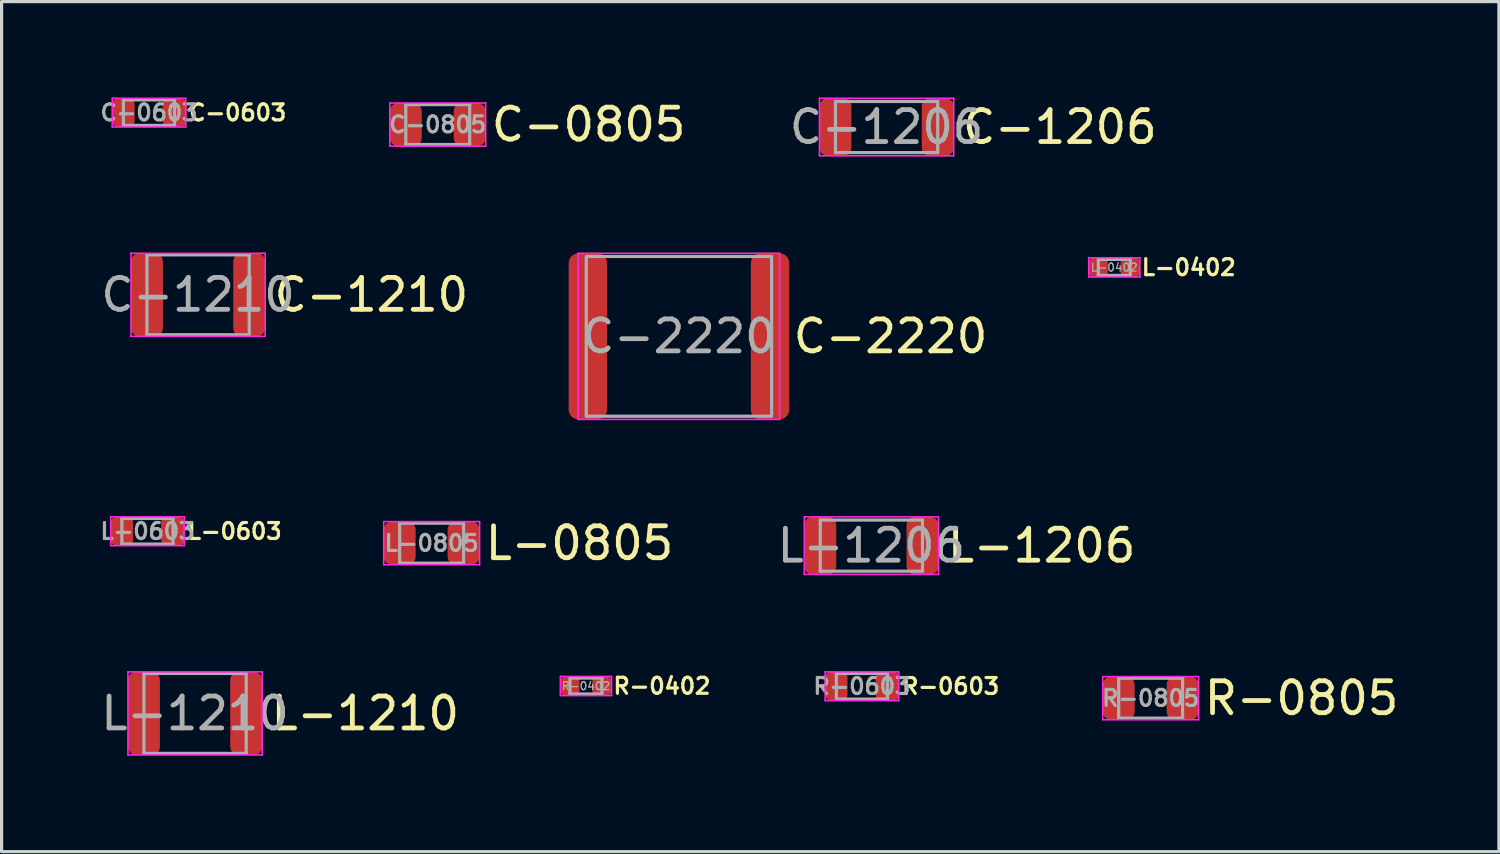
<source format=kicad_pcb>
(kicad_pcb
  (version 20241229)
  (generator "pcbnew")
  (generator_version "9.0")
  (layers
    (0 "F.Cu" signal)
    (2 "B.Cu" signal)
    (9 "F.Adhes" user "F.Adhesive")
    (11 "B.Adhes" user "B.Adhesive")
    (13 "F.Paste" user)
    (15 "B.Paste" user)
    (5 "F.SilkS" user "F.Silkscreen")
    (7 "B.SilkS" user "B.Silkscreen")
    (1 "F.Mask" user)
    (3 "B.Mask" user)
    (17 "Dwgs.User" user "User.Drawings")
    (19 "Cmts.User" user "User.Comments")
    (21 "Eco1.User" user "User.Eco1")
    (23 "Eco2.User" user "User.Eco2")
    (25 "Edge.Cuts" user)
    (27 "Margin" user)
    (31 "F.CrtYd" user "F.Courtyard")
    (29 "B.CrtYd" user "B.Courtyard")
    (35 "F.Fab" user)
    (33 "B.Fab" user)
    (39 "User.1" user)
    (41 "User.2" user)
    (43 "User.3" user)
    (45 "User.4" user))
  (footprint "C-1206"
    (layer "F.Cu")
    (at 24.694 0.925)
    (property "Reference" "C-1206" (at 2.3 0 0) (layer "F.SilkS") (effects (font (size 1 1) (thickness 0.15)) (justify left)))
    (attr smd)
    (fp_line (start -2.1 -0.9) (end 2.1 -0.9) (stroke (width 0.05) (type solid)) (layer "F.CrtYd"))
    (fp_line (start -2.1 0.9) (end -2.1 -0.9) (stroke (width 0.05) (type solid)) (layer "F.CrtYd"))
    (fp_line (start 2.1 -0.9) (end 2.1 0.9) (stroke (width 0.05) (type solid)) (layer "F.CrtYd"))
    (fp_line (start 2.1 0.9) (end -2.1 0.9) (stroke (width 0.05) (type solid)) (layer "F.CrtYd"))
    (fp_line (start -1.6 -0.8) (end 1.6 -0.8) (stroke (width 0.1) (type solid)) (layer "F.Fab"))
    (fp_line (start -1.6 0.8) (end -1.6 -0.8) (stroke (width 0.1) (type solid)) (layer "F.Fab"))
    (fp_line (start 1.6 -0.8) (end 1.6 0.8) (stroke (width 0.1) (type solid)) (layer "F.Fab"))
    (fp_line (start 1.6 0.8) (end -1.6 0.8) (stroke (width 0.1) (type solid)) (layer "F.Fab"))
    (fp_text user "${REFERENCE}" (at 0 0 0) (layer "F.Fab") (effects (font (size 1 1) (thickness 0.15))))
    (pad "1" smd roundrect (at -1.6 0) (size 1 1.8) (layers "F.Cu" "F.Mask" "F.Paste") (roundrect_rratio 0.25))
    (pad "2" smd roundrect (at 1.6 0) (size 1 1.8) (layers "F.Cu" "F.Mask" "F.Paste") (roundrect_rratio 0.25)))
  (footprint "L-1206"
    (layer "F.Cu")
    (at 24.218 14.025)
    (property "Reference" "L-1206" (at 2.3 0 0) (layer "F.SilkS") (effects (font (size 1 1) (thickness 0.15)) (justify left)))
    (attr smd)
    (fp_line (start -2.1 -0.9) (end 2.1 -0.9) (stroke (width 0.05) (type solid)) (layer "F.CrtYd"))
    (fp_line (start -2.1 0.9) (end -2.1 -0.9) (stroke (width 0.05) (type solid)) (layer "F.CrtYd"))
    (fp_line (start 2.1 -0.9) (end 2.1 0.9) (stroke (width 0.05) (type solid)) (layer "F.CrtYd"))
    (fp_line (start 2.1 0.9) (end -2.1 0.9) (stroke (width 0.05) (type solid)) (layer "F.CrtYd"))
    (fp_line (start -1.6 -0.8) (end 1.6 -0.8) (stroke (width 0.1) (type solid)) (layer "F.Fab"))
    (fp_line (start -1.6 0.8) (end -1.6 -0.8) (stroke (width 0.1) (type solid)) (layer "F.Fab"))
    (fp_line (start 1.6 -0.8) (end 1.6 0.8) (stroke (width 0.1) (type solid)) (layer "F.Fab"))
    (fp_line (start 1.6 0.8) (end -1.6 0.8) (stroke (width 0.1) (type solid)) (layer "F.Fab"))
    (fp_text user "${REFERENCE}" (at 0 0 0) (layer "F.Fab") (effects (font (size 1 1) (thickness 0.15))))
    (pad "1" smd roundrect (at -1.6 0) (size 1 1.8) (layers "F.Cu" "F.Mask" "F.Paste") (roundrect_rratio 0.25))
    (pad "2" smd roundrect (at 1.6 0) (size 1 1.8) (layers "F.Cu" "F.Mask" "F.Paste") (roundrect_rratio 0.25)))
  (footprint "C-0603"
    (layer "F.Cu")
    (at 1.612 0.475)
    (property "Reference" "C-0603" (at 1.2 0 0) (layer "F.SilkS") (effects (font (size 0.5 0.5) (thickness 0.1)) (justify left)))
    (attr smd)
    (fp_line (start -1.15 -0.45) (end 1.15 -0.45) (stroke (width 0.05) (type solid)) (layer "F.CrtYd"))
    (fp_line (start -1.15 0.45) (end -1.15 -0.45) (stroke (width 0.05) (type solid)) (layer "F.CrtYd"))
    (fp_line (start 1.15 -0.45) (end 1.15 0.45) (stroke (width 0.05) (type solid)) (layer "F.CrtYd"))
    (fp_line (start 1.15 0.45) (end -1.15 0.45) (stroke (width 0.05) (type solid)) (layer "F.CrtYd"))
    (fp_line (start -0.8 -0.4) (end 0.8 -0.4) (stroke (width 0.1) (type solid)) (layer "F.Fab"))
    (fp_line (start -0.8 0.4) (end -0.8 -0.4) (stroke (width 0.1) (type solid)) (layer "F.Fab"))
    (fp_line (start 0.8 -0.4) (end 0.8 0.4) (stroke (width 0.1) (type solid)) (layer "F.Fab"))
    (fp_line (start 0.8 0.4) (end -0.8 0.4) (stroke (width 0.1) (type solid)) (layer "F.Fab"))
    (fp_text user "${REFERENCE}" (at 0 0 0) (layer "F.Fab") (effects (font (size 0.5 0.5) (thickness 0.1))))
    (pad "1" smd roundrect (at -0.8 0) (size 0.7 0.9) (layers "F.Cu" "F.Mask" "F.Paste") (roundrect_rratio 0.25))
    (pad "2" smd roundrect (at 0.8 0) (size 0.75 0.9) (layers "F.Cu" "F.Mask" "F.Paste") (roundrect_rratio 0.25)))
  (footprint "L-0805"
    (layer "F.Cu")
    (at 10.457 13.948)
    (property "Reference" "L-0805" (at 1.6 0 0) (layer "F.SilkS") (effects (font (size 1 1) (thickness 0.15)) (justify left)))
    (attr smd)
    (fp_line (start -1.5 -0.675) (end 1.5 -0.675) (stroke (width 0.05) (type solid)) (layer "F.CrtYd"))
    (fp_line (start -1.5 0.675) (end -1.5 -0.675) (stroke (width 0.05) (type solid)) (layer "F.CrtYd"))
    (fp_line (start 1.5 -0.675) (end 1.5 0.675) (stroke (width 0.05) (type solid)) (layer "F.CrtYd"))
    (fp_line (start 1.5 0.675) (end -1.5 0.675) (stroke (width 0.05) (type solid)) (layer "F.CrtYd"))
    (fp_line (start -1 -0.625) (end 1 -0.625) (stroke (width 0.1) (type solid)) (layer "F.Fab"))
    (fp_line (start -1 0.625) (end -1 -0.625) (stroke (width 0.1) (type solid)) (layer "F.Fab"))
    (fp_line (start 1 -0.625) (end 1 0.625) (stroke (width 0.1) (type solid)) (layer "F.Fab"))
    (fp_line (start 1 0.625) (end -1 0.625) (stroke (width 0.1) (type solid)) (layer "F.Fab"))
    (fp_text user "${REFERENCE}" (at 0 0 0) (layer "F.Fab") (effects (font (size 0.5 0.5) (thickness 0.1))))
    (pad "1" smd roundrect (at -1 0) (size 1 1.35) (layers "F.Cu" "F.Mask" "F.Paste") (roundrect_rratio 0.25))
    (pad "2" smd roundrect (at 1 0) (size 1 1.35) (layers "F.Cu" "F.Mask" "F.Paste") (roundrect_rratio 0.25)))
  (footprint "L-1210"
    (layer "F.Cu")
    (at 3.054 19.275)
    (property "Reference" "L-1210" (at 2.3 0 0) (layer "F.SilkS") (effects (font (size 1 1) (thickness 0.15)) (justify left)))
    (attr smd)
    (fp_line (start -2.1 -1.3) (end 2.1 -1.3) (stroke (width 0.05) (type solid)) (layer "F.CrtYd"))
    (fp_line (start -2.1 1.3) (end -2.1 -1.3) (stroke (width 0.05) (type solid)) (layer "F.CrtYd"))
    (fp_line (start 2.1 -1.3) (end 2.1 1.3) (stroke (width 0.05) (type solid)) (layer "F.CrtYd"))
    (fp_line (start 2.1 1.3) (end -2.1 1.3) (stroke (width 0.05) (type solid)) (layer "F.CrtYd"))
    (fp_line (start -1.6 -1.25) (end 1.6 -1.25) (stroke (width 0.1) (type solid)) (layer "F.Fab"))
    (fp_line (start -1.6 1.25) (end -1.6 -1.25) (stroke (width 0.1) (type solid)) (layer "F.Fab"))
    (fp_line (start 1.6 -1.25) (end 1.6 1.25) (stroke (width 0.1) (type solid)) (layer "F.Fab"))
    (fp_line (start 1.6 1.25) (end -1.6 1.25) (stroke (width 0.1) (type solid)) (layer "F.Fab"))
    (fp_text user "${REFERENCE}" (at 0 0 0) (layer "F.Fab") (effects (font (size 1 1) (thickness 0.15))))
    (pad "1" smd roundrect (at -1.6 0) (size 1 2.6) (layers "F.Cu" "F.Mask" "F.Paste") (roundrect_rratio 0.25))
    (pad "2" smd roundrect (at 1.6 0) (size 1 2.6) (layers "F.Cu" "F.Mask" "F.Paste") (roundrect_rratio 0.25)))
  (footprint "R-0805"
    (layer "F.Cu")
    (at 32.957 18.798)
    (property "Reference" "R-0805" (at 1.6 0 0) (layer "F.SilkS") (effects (font (size 1 1) (thickness 0.15)) (justify left)))
    (attr smd)
    (fp_line (start -1.5 -0.675) (end 1.5 -0.675) (stroke (width 0.05) (type solid)) (layer "F.CrtYd"))
    (fp_line (start -1.5 0.675) (end -1.5 -0.675) (stroke (width 0.05) (type solid)) (layer "F.CrtYd"))
    (fp_line (start 1.5 -0.675) (end 1.5 0.675) (stroke (width 0.05) (type solid)) (layer "F.CrtYd"))
    (fp_line (start 1.5 0.675) (end -1.5 0.675) (stroke (width 0.05) (type solid)) (layer "F.CrtYd"))
    (fp_line (start -1 -0.625) (end 1 -0.625) (stroke (width 0.1) (type solid)) (layer "F.Fab"))
    (fp_line (start -1 0.625) (end -1 -0.625) (stroke (width 0.1) (type solid)) (layer "F.Fab"))
    (fp_line (start 1 -0.625) (end 1 0.625) (stroke (width 0.1) (type solid)) (layer "F.Fab"))
    (fp_line (start 1 0.625) (end -1 0.625) (stroke (width 0.1) (type solid)) (layer "F.Fab"))
    (fp_text user "${REFERENCE}" (at 0 0 0) (layer "F.Fab") (effects (font (size 0.5 0.5) (thickness 0.1))))
    (pad "1" smd roundrect (at -1 0) (size 1 1.35) (layers "F.Cu" "F.Mask" "F.Paste") (roundrect_rratio 0.25))
    (pad "2" smd roundrect (at 1 0) (size 1 1.35) (layers "F.Cu" "F.Mask" "F.Paste") (roundrect_rratio 0.25)))
  (footprint "R-0603"
    (layer "F.Cu")
    (at 23.921 18.425)
    (property "Reference" "R-0603" (at 1.2 0 0) (layer "F.SilkS") (effects (font (size 0.5 0.5) (thickness 0.1)) (justify left)))
    (attr smd)
    (fp_line (start -1.15 -0.45) (end 1.15 -0.45) (stroke (width 0.05) (type solid)) (layer "F.CrtYd"))
    (fp_line (start -1.15 0.45) (end -1.15 -0.45) (stroke (width 0.05) (type solid)) (layer "F.CrtYd"))
    (fp_line (start 1.15 -0.45) (end 1.15 0.45) (stroke (width 0.05) (type solid)) (layer "F.CrtYd"))
    (fp_line (start 1.15 0.45) (end -1.15 0.45) (stroke (width 0.05) (type solid)) (layer "F.CrtYd"))
    (fp_line (start -0.8 -0.4) (end 0.8 -0.4) (stroke (width 0.1) (type solid)) (layer "F.Fab"))
    (fp_line (start -0.8 0.4) (end -0.8 -0.4) (stroke (width 0.1) (type solid)) (layer "F.Fab"))
    (fp_line (start 0.8 -0.4) (end 0.8 0.4) (stroke (width 0.1) (type solid)) (layer "F.Fab"))
    (fp_line (start 0.8 0.4) (end -0.8 0.4) (stroke (width 0.1) (type solid)) (layer "F.Fab"))
    (fp_text user "${REFERENCE}" (at 0 0 0) (layer "F.Fab") (effects (font (size 0.5 0.5) (thickness 0.1))))
    (pad "1" smd roundrect (at -0.8 0) (size 0.7 0.9) (layers "F.Cu" "F.Mask" "F.Paste") (roundrect_rratio 0.25))
    (pad "2" smd roundrect (at 0.8 0) (size 0.75 0.9) (layers "F.Cu" "F.Mask" "F.Paste") (roundrect_rratio 0.25)))
  (footprint "R-0402"
    (layer "F.Cu")
    (at 15.286 18.418)
    (property "Reference" "R-0402" (at 0.8 0 0) (layer "F.SilkS") (effects (font (size 0.5 0.5) (thickness 0.1)) (justify left)))
    (attr smd)
    (fp_line (start -0.8 -0.3) (end 0.8 -0.3) (stroke (width 0.05) (type solid)) (layer "F.CrtYd"))
    (fp_line (start -0.8 0.3) (end -0.8 -0.3) (stroke (width 0.05) (type solid)) (layer "F.CrtYd"))
    (fp_line (start 0.8 -0.3) (end 0.8 0.3) (stroke (width 0.05) (type solid)) (layer "F.CrtYd"))
    (fp_line (start 0.8 0.3) (end -0.8 0.3) (stroke (width 0.05) (type solid)) (layer "F.CrtYd"))
    (fp_line (start -0.5 -0.25) (end 0.5 -0.25) (stroke (width 0.1) (type solid)) (layer "F.Fab"))
    (fp_line (start -0.5 0.25) (end -0.5 -0.25) (stroke (width 0.1) (type solid)) (layer "F.Fab"))
    (fp_line (start 0.5 -0.25) (end 0.5 0.25) (stroke (width 0.1) (type solid)) (layer "F.Fab"))
    (fp_line (start 0.5 0.25) (end -0.5 0.25) (stroke (width 0.1) (type solid)) (layer "F.Fab"))
    (fp_text user "${REFERENCE}" (at 0 0 0) (layer "F.Fab") (effects (font (size 0.25 0.25) (thickness 0.04))))
    (pad "1" smd roundrect (at -0.5 0) (size 0.6 0.6) (layers "F.Cu" "F.Mask" "F.Paste") (roundrect_rratio 0.25))
    (pad "2" smd roundrect (at 0.5 0) (size 0.6 0.6) (layers "F.Cu" "F.Mask" "F.Paste") (roundrect_rratio 0.25)))
  (footprint "C-2220"
    (layer "F.Cu")
    (at 18.196 7.475)
    (property "Reference" "C-2220" (at 3.5 0 0) (layer "F.SilkS") (effects (font (size 1 1) (thickness 0.15)) (justify left)))
    (attr smd)
    (fp_line (start -3.15 -2.6) (end 3.15 -2.6) (stroke (width 0.05) (type solid)) (layer "F.CrtYd"))
    (fp_line (start -3.15 2.6) (end -3.15 -2.6) (stroke (width 0.05) (type solid)) (layer "F.CrtYd"))
    (fp_line (start 3.15 -2.6) (end 3.15 2.6) (stroke (width 0.05) (type solid)) (layer "F.CrtYd"))
    (fp_line (start 3.15 2.6) (end -3.15 2.6) (stroke (width 0.05) (type solid)) (layer "F.CrtYd"))
    (fp_line (start -2.9 2.5) (end -2.9 -2.5) (stroke (width 0.1) (type solid)) (layer "F.Fab"))
    (fp_line (start -2.85 -2.5) (end 2.85 -2.5) (stroke (width 0.1) (type solid)) (layer "F.Fab"))
    (fp_line (start 2.85 2.5) (end -2.85 2.5) (stroke (width 0.1) (type solid)) (layer "F.Fab"))
    (fp_line (start 2.9 -2.5) (end 2.9 2.5) (stroke (width 0.1) (type solid)) (layer "F.Fab"))
    (fp_text user "${REFERENCE}" (at 0 0 0) (layer "F.Fab") (effects (font (size 1 1) (thickness 0.15))))
    (pad "1" smd roundrect (at -2.85 0) (size 1.2 5.2) (layers "F.Cu" "F.Mask" "F.Paste") (roundrect_rratio 0.25))
    (pad "2" smd roundrect (at 2.85 0) (size 1.2 5.2) (layers "F.Cu" "F.Mask" "F.Paste") (roundrect_rratio 0.25)))
  (footprint "C-1210"
    (layer "F.Cu")
    (at 3.149 6.175)
    (property "Reference" "C-1210" (at 2.3 0 0) (layer "F.SilkS") (effects (font (size 1 1) (thickness 0.15)) (justify left)))
    (attr smd)
    (fp_line (start -2.1 -1.3) (end 2.1 -1.3) (stroke (width 0.05) (type solid)) (layer "F.CrtYd"))
    (fp_line (start -2.1 1.3) (end -2.1 -1.3) (stroke (width 0.05) (type solid)) (layer "F.CrtYd"))
    (fp_line (start 2.1 -1.3) (end 2.1 1.3) (stroke (width 0.05) (type solid)) (layer "F.CrtYd"))
    (fp_line (start 2.1 1.3) (end -2.1 1.3) (stroke (width 0.05) (type solid)) (layer "F.CrtYd"))
    (fp_line (start -1.6 -1.25) (end 1.6 -1.25) (stroke (width 0.1) (type solid)) (layer "F.Fab"))
    (fp_line (start -1.6 1.25) (end -1.6 -1.25) (stroke (width 0.1) (type solid)) (layer "F.Fab"))
    (fp_line (start 1.6 -1.25) (end 1.6 1.25) (stroke (width 0.1) (type solid)) (layer "F.Fab"))
    (fp_line (start 1.6 1.25) (end -1.6 1.25) (stroke (width 0.1) (type solid)) (layer "F.Fab"))
    (fp_text user "${REFERENCE}" (at 0 0 0) (layer "F.Fab") (effects (font (size 1 1) (thickness 0.15))))
    (pad "1" smd roundrect (at -1.6 0) (size 1 2.6) (layers "F.Cu" "F.Mask" "F.Paste") (roundrect_rratio 0.25))
    (pad "2" smd roundrect (at 1.6 0) (size 1 2.6) (layers "F.Cu" "F.Mask" "F.Paste") (roundrect_rratio 0.25)))
  (footprint "L-0603"
    (layer "F.Cu")
    (at 1.564 13.575)
    (property "Reference" "L-0603" (at 1.2 0 0) (layer "F.SilkS") (effects (font (size 0.5 0.5) (thickness 0.1)) (justify left)))
    (attr smd)
    (fp_line (start -1.15 -0.45) (end 1.15 -0.45) (stroke (width 0.05) (type solid)) (layer "F.CrtYd"))
    (fp_line (start -1.15 0.45) (end -1.15 -0.45) (stroke (width 0.05) (type solid)) (layer "F.CrtYd"))
    (fp_line (start 1.15 -0.45) (end 1.15 0.45) (stroke (width 0.05) (type solid)) (layer "F.CrtYd"))
    (fp_line (start 1.15 0.45) (end -1.15 0.45) (stroke (width 0.05) (type solid)) (layer "F.CrtYd"))
    (fp_line (start -0.8 -0.4) (end 0.8 -0.4) (stroke (width 0.1) (type solid)) (layer "F.Fab"))
    (fp_line (start -0.8 0.4) (end -0.8 -0.4) (stroke (width 0.1) (type solid)) (layer "F.Fab"))
    (fp_line (start 0.8 -0.4) (end 0.8 0.4) (stroke (width 0.1) (type solid)) (layer "F.Fab"))
    (fp_line (start 0.8 0.4) (end -0.8 0.4) (stroke (width 0.1) (type solid)) (layer "F.Fab"))
    (fp_text user "${REFERENCE}" (at 0 0 0) (layer "F.Fab") (effects (font (size 0.5 0.5) (thickness 0.1))))
    (pad "1" smd roundrect (at -0.8 0) (size 0.7 0.9) (layers "F.Cu" "F.Mask" "F.Paste") (roundrect_rratio 0.25))
    (pad "2" smd roundrect (at 0.8 0) (size 0.75 0.9) (layers "F.Cu" "F.Mask" "F.Paste") (roundrect_rratio 0.25)))
  (footprint "L-0402"
    (layer "F.Cu")
    (at 31.819 5.318)
    (property "Reference" "L-0402" (at 0.8 0 0) (layer "F.SilkS") (effects (font (size 0.5 0.5) (thickness 0.1)) (justify left)))
    (attr smd)
    (fp_line (start -0.8 -0.3) (end 0.8 -0.3) (stroke (width 0.05) (type solid)) (layer "F.CrtYd"))
    (fp_line (start -0.8 0.3) (end -0.8 -0.3) (stroke (width 0.05) (type solid)) (layer "F.CrtYd"))
    (fp_line (start 0.8 -0.3) (end 0.8 0.3) (stroke (width 0.05) (type solid)) (layer "F.CrtYd"))
    (fp_line (start 0.8 0.3) (end -0.8 0.3) (stroke (width 0.05) (type solid)) (layer "F.CrtYd"))
    (fp_line (start -0.5 -0.25) (end 0.5 -0.25) (stroke (width 0.1) (type solid)) (layer "F.Fab"))
    (fp_line (start -0.5 0.25) (end -0.5 -0.25) (stroke (width 0.1) (type solid)) (layer "F.Fab"))
    (fp_line (start 0.5 -0.25) (end 0.5 0.25) (stroke (width 0.1) (type solid)) (layer "F.Fab"))
    (fp_line (start 0.5 0.25) (end -0.5 0.25) (stroke (width 0.1) (type solid)) (layer "F.Fab"))
    (fp_text user "${REFERENCE}" (at 0 0 0) (layer "F.Fab") (effects (font (size 0.25 0.25) (thickness 0.04))))
    (pad "1" smd roundrect (at -0.5 0) (size 0.6 0.6) (layers "F.Cu" "F.Mask" "F.Paste") (roundrect_rratio 0.25))
    (pad "2" smd roundrect (at 0.5 0) (size 0.6 0.6) (layers "F.Cu" "F.Mask" "F.Paste") (roundrect_rratio 0.25)))
  (footprint "C-0805"
    (layer "F.Cu")
    (at 10.648 0.848)
    (property "Reference" "C-0805" (at 1.6 0 0) (layer "F.SilkS") (effects (font (size 1 1) (thickness 0.15)) (justify left)))
    (attr smd)
    (fp_line (start -1.5 -0.675) (end 1.5 -0.675) (stroke (width 0.05) (type solid)) (layer "F.CrtYd"))
    (fp_line (start -1.5 0.675) (end -1.5 -0.675) (stroke (width 0.05) (type solid)) (layer "F.CrtYd"))
    (fp_line (start 1.5 -0.675) (end 1.5 0.675) (stroke (width 0.05) (type solid)) (layer "F.CrtYd"))
    (fp_line (start 1.5 0.675) (end -1.5 0.675) (stroke (width 0.05) (type solid)) (layer "F.CrtYd"))
    (fp_line (start -1 -0.625) (end 1 -0.625) (stroke (width 0.1) (type solid)) (layer "F.Fab"))
    (fp_line (start -1 0.625) (end -1 -0.625) (stroke (width 0.1) (type solid)) (layer "F.Fab"))
    (fp_line (start 1 -0.625) (end 1 0.625) (stroke (width 0.1) (type solid)) (layer "F.Fab"))
    (fp_line (start 1 0.625) (end -1 0.625) (stroke (width 0.1) (type solid)) (layer "F.Fab"))
    (fp_text user "${REFERENCE}" (at 0 0 0) (layer "F.Fab") (effects (font (size 0.5 0.5) (thickness 0.1))))
    (pad "1" smd roundrect (at -1 0) (size 1 1.35) (layers "F.Cu" "F.Mask" "F.Paste") (roundrect_rratio 0.25))
    (pad "2" smd roundrect (at 1 0) (size 1 1.35) (layers "F.Cu" "F.Mask" "F.Paste") (roundrect_rratio 0.25)))
  (gr_rect
    (start -3 -3)
    (end 43.855 23.6)
    (stroke (width 0.1) (type default))
    (fill no)
    (layer "Edge.Cuts")))
</source>
